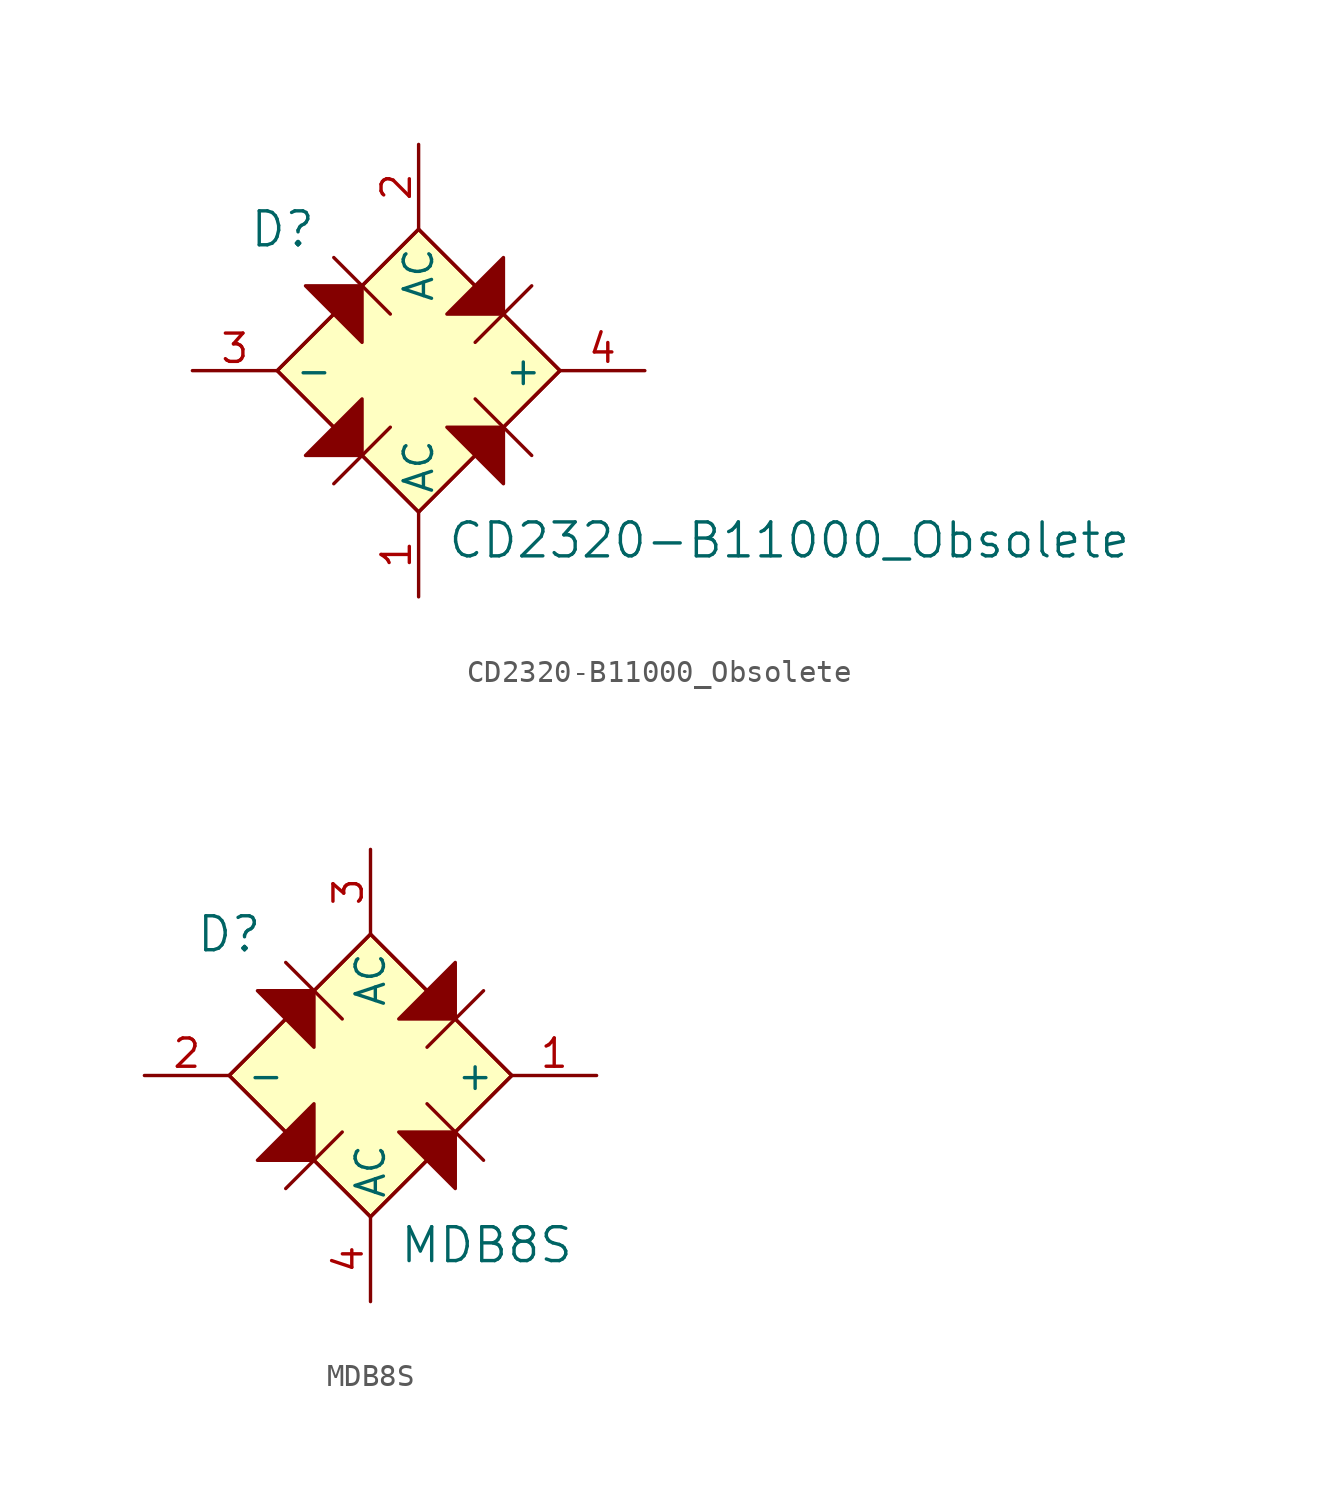
<source format=kicad_sym>
(kicad_symbol_lib
  (version 20211014)
  (generator kicad_symbol_editor)
  (symbol "CD2320-B11000_Obsolete"
    (pin_names
      (offset 0.762))
    (property "Reference" "D"
      (at -7.62 6.35 0)
      (effects (font (size 1.524 1.524)) (justify left)))
    (property "Value" "CD2320-B11000_Obsolete"
      (at 1.27 -7.62 0)
      (effects (font (size 1.524 1.524)) (justify left)))
    (symbol "CD2320-B11000_Obsolete_0_1"
      (polyline (pts (xy -3.81 5.08) (xy -1.27 2.54)) (stroke (width 0) (type default) (color 0 0 0 0)) (fill (type none)))
      (polyline (pts (xy -1.27 -2.54) (xy -3.81 -5.08)) (stroke (width 0) (type default) (color 0 0 0 0)) (fill (type none)))
      (polyline (pts (xy 2.54 -1.27) (xy 5.08 -3.81)) (stroke (width 0) (type default) (color 0 0 0 0)) (fill (type none)))
      (polyline (pts (xy 5.08 3.81) (xy 2.54 1.27)) (stroke (width 0) (type default) (color 0 0 0 0)) (fill (type none)))
      (polyline (pts (xy -3.81 2.54) (xy -6.35 0) (xy -3.81 -2.54)) (stroke (width 0) (type default) (color 0 0 0 0)) (fill (type none)))
      (polyline (pts (xy -2.54 3.81) (xy 0 6.35) (xy 2.54 3.81)) (stroke (width 0) (type default) (color 0 0 0 0)) (fill (type none)))
      (polyline (pts (xy 2.54 -3.81) (xy 0 -6.35) (xy -2.54 -3.81)) (stroke (width 0) (type default) (color 0 0 0 0)) (fill (type none)))
      (polyline (pts (xy 3.81 2.54) (xy 6.35 0) (xy 3.81 -2.54)) (stroke (width 0) (type default) (color 0 0 0 0)) (fill (type none)))
      (polyline (pts (xy -2.54 1.27) (xy -2.54 3.81) (xy -5.08 3.81) (xy -2.54 1.27)) (stroke (width 0) (type default) (color 0 0 0 0)) (fill (type outline)))
      (polyline (pts (xy 1.27 -2.54) (xy 3.81 -2.54) (xy 3.81 -5.08) (xy 1.27 -2.54)) (stroke (width 0) (type default) (color 0 0 0 0)) (fill (type outline)))
      (polyline (pts (xy 1.27 2.54) (xy 3.81 2.54) (xy 3.81 5.08) (xy 1.27 2.54)) (stroke (width 0) (type default) (color 0 0 0 0)) (fill (type outline)))
      (polyline (pts (xy -2.54 -3.81) (xy -2.54 -1.27) (xy -3.81 -2.54) (xy -5.08 -3.81) (xy -2.54 -3.81)) (stroke (width 0) (type default) (color 0 0 0 0)) (fill (type outline)))
      (polyline (pts (xy 6.35 0) (xy 0 -6.35) (xy -6.35 0) (xy 0 6.35) (xy 6.35 0)) (stroke (width 0) (type default) (color 0 0 0 0)) (fill (type background))))
    (symbol "CD2320-B11000_Obsolete_1_1"
      (pin power_in line (at 0 -10.16 90) (length 3.81) (name "AC" (effects (font (size 1.27 1.27)))) (number "1" (effects (font (size 1.27 1.27)))))
      (pin power_in line (at 0 10.16 270) (length 3.81) (name "AC" (effects (font (size 1.27 1.27)))) (number "2" (effects (font (size 1.27 1.27)))))
      (pin power_out line (at -10.16 0 0) (length 3.81) (name "-" (effects (font (size 1.27 1.27)))) (number "3" (effects (font (size 1.27 1.27)))))
      (pin power_out line (at 10.16 0 180) (length 3.81) (name "+" (effects (font (size 1.27 1.27)))) (number "4" (effects (font (size 1.27 1.27)))))))
  (symbol "MDB8S"
    (pin_names
      (offset 0.762))
    (property "Reference" "D"
      (at -6.35 6.35 0)
      (effects (font (size 1.524 1.524))))
    (property "Value" "MDB8S"
      (at 1.27 -7.62 0)
      (effects (font (size 1.524 1.524)) (justify left)))
    (symbol "MDB8S_0_1"
      (polyline (pts (xy -3.81 5.08) (xy -1.27 2.54)) (stroke (width 0) (type default) (color 0 0 0 0)) (fill (type none)))
      (polyline (pts (xy -1.27 -2.54) (xy -3.81 -5.08)) (stroke (width 0) (type default) (color 0 0 0 0)) (fill (type none)))
      (polyline (pts (xy 2.54 -1.27) (xy 5.08 -3.81)) (stroke (width 0) (type default) (color 0 0 0 0)) (fill (type none)))
      (polyline (pts (xy 5.08 3.81) (xy 2.54 1.27)) (stroke (width 0) (type default) (color 0 0 0 0)) (fill (type none)))
      (polyline (pts (xy -3.81 2.54) (xy -6.35 0) (xy -3.81 -2.54)) (stroke (width 0) (type default) (color 0 0 0 0)) (fill (type none)))
      (polyline (pts (xy -2.54 3.81) (xy 0 6.35) (xy 2.54 3.81)) (stroke (width 0) (type default) (color 0 0 0 0)) (fill (type none)))
      (polyline (pts (xy 2.54 -3.81) (xy 0 -6.35) (xy -2.54 -3.81)) (stroke (width 0) (type default) (color 0 0 0 0)) (fill (type none)))
      (polyline (pts (xy 3.81 2.54) (xy 6.35 0) (xy 3.81 -2.54)) (stroke (width 0) (type default) (color 0 0 0 0)) (fill (type none)))
      (polyline (pts (xy -2.54 1.27) (xy -2.54 3.81) (xy -5.08 3.81) (xy -2.54 1.27)) (stroke (width 0) (type default) (color 0 0 0 0)) (fill (type outline)))
      (polyline (pts (xy 1.27 -2.54) (xy 3.81 -2.54) (xy 3.81 -5.08) (xy 1.27 -2.54)) (stroke (width 0) (type default) (color 0 0 0 0)) (fill (type outline)))
      (polyline (pts (xy 1.27 2.54) (xy 3.81 2.54) (xy 3.81 5.08) (xy 1.27 2.54)) (stroke (width 0) (type default) (color 0 0 0 0)) (fill (type outline)))
      (polyline (pts (xy -2.54 -3.81) (xy -2.54 -1.27) (xy -3.81 -2.54) (xy -5.08 -3.81) (xy -2.54 -3.81)) (stroke (width 0) (type default) (color 0 0 0 0)) (fill (type outline)))
      (polyline (pts (xy 0 6.35) (xy -6.35 0) (xy 0 -6.35) (xy 6.35 0) (xy 0 6.35)) (stroke (width 0) (type default) (color 0 0 0 0)) (fill (type background))))
    (symbol "MDB8S_1_1"
      (pin power_out line (at 10.16 0 180) (length 3.81) (name "+" (effects (font (size 1.27 1.27)))) (number "1" (effects (font (size 1.27 1.27)))))
      (pin power_out line (at -10.16 0 0) (length 3.81) (name "-" (effects (font (size 1.27 1.27)))) (number "2" (effects (font (size 1.27 1.27)))))
      (pin power_in line (at 0 10.16 270) (length 3.81) (name "AC" (effects (font (size 1.27 1.27)))) (number "3" (effects (font (size 1.27 1.27)))))
      (pin power_in line (at 0 -10.16 90) (length 3.81) (name "AC" (effects (font (size 1.27 1.27)))) (number "4" (effects (font (size 1.27 1.27))))))))
</source>
